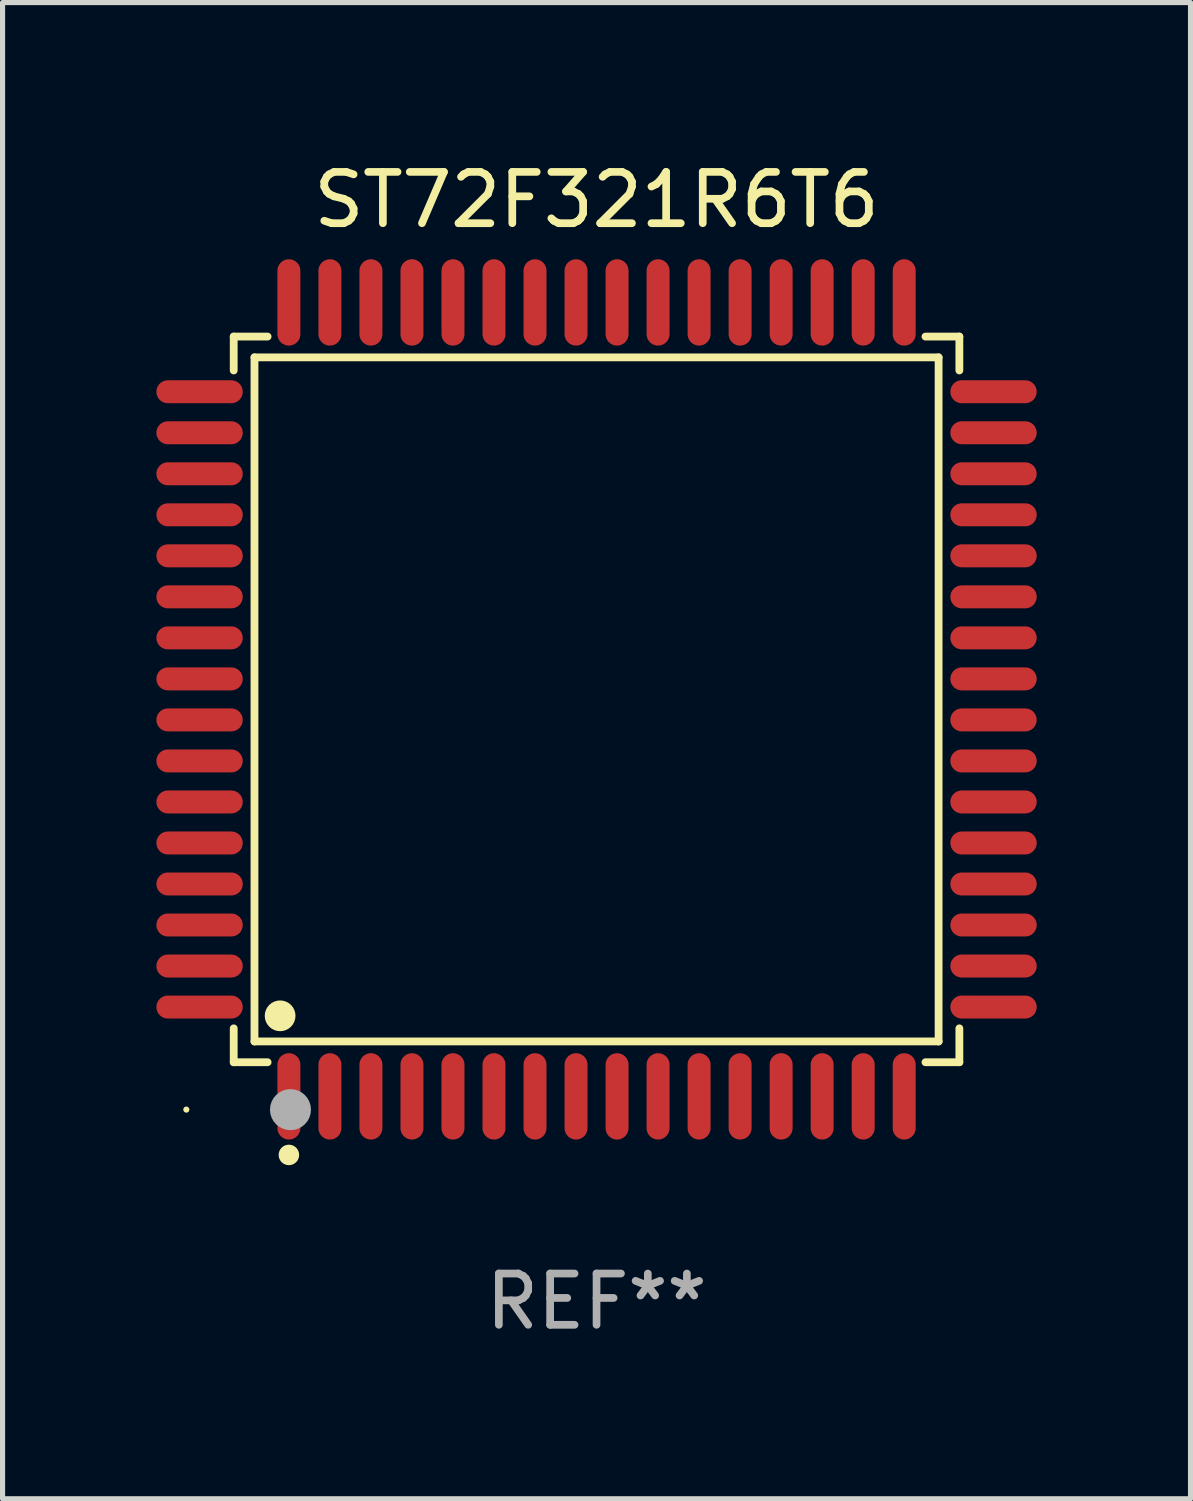
<source format=kicad_pcb>
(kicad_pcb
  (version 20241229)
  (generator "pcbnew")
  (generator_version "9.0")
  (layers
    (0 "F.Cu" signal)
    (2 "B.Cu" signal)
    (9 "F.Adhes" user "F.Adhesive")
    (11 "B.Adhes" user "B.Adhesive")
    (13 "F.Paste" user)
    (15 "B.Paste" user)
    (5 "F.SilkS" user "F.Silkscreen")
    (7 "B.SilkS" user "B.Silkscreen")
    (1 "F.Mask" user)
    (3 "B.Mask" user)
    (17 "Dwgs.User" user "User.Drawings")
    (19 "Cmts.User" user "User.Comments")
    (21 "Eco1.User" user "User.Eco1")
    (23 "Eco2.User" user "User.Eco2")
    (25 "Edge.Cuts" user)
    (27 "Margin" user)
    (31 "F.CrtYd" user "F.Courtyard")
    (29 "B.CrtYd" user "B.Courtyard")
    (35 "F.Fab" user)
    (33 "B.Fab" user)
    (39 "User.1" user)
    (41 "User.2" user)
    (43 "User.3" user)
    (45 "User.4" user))
  (footprint "ST72F321R6T6"
    (layer "F.Cu")
    (at 8.584 10.59)
    (property "Reference" "ST72F321R6T6" (at 0 -9.742 0) (layer "F.SilkS") (effects (font (size 1 1) (thickness 0.15))))
    (attr through_hole)
    (fp_line (start -7.076 -7.076) (end -6.415 -7.076) (stroke (width 0.152) (type solid)) (layer "F.SilkS"))
    (fp_line (start -7.076 -6.415) (end -7.076 -7.076) (stroke (width 0.152) (type solid)) (layer "F.SilkS"))
    (fp_line (start -7.076 6.415) (end -7.076 7.076) (stroke (width 0.152) (type solid)) (layer "F.SilkS"))
    (fp_line (start -7.076 7.076) (end -6.415 7.076) (stroke (width 0.152) (type solid)) (layer "F.SilkS"))
    (fp_line (start -6.671 -6.671) (end 6.671 -6.671) (stroke (width 0.152) (type solid)) (layer "F.SilkS"))
    (fp_line (start -6.671 6.671) (end -6.671 -6.671) (stroke (width 0.152) (type solid)) (layer "F.SilkS"))
    (fp_line (start 6.671 -6.671) (end 6.671 6.671) (stroke (width 0.152) (type solid)) (layer "F.SilkS"))
    (fp_line (start 6.671 6.671) (end -6.671 6.671) (stroke (width 0.152) (type solid)) (layer "F.SilkS"))
    (fp_line (start 7.076 -7.076) (end 6.415 -7.076) (stroke (width 0.152) (type solid)) (layer "F.SilkS"))
    (fp_line (start 7.076 -6.415) (end 7.076 -7.076) (stroke (width 0.152) (type solid)) (layer "F.SilkS"))
    (fp_line (start 7.076 6.415) (end 7.076 7.076) (stroke (width 0.152) (type solid)) (layer "F.SilkS"))
    (fp_line (start 7.076 7.076) (end 6.415 7.076) (stroke (width 0.152) (type solid)) (layer "F.SilkS"))
    (fp_circle (center -8 8) (end -7.97 8) (stroke (width 0.06) (type solid)) (fill no) (layer "F.SilkS"))
    (fp_circle (center -6.171 6.171) (end -6.021 6.171) (stroke (width 0.3) (type solid)) (fill no) (layer "F.SilkS"))
    (fp_circle (center -6 8.884) (end -5.9 8.884) (stroke (width 0.2) (type solid)) (fill no) (layer "F.SilkS"))
    (fp_circle (center -5.969 8.001) (end -5.769 8.001) (stroke (width 0.4) (type solid)) (fill no) (layer "F.Fab"))
    (fp_text user "REF**" (at 0 11.742 0) (layer "F.Fab") (effects (font (size 1 1) (thickness 0.15))))
    (pad "1" smd oval (at -6 7.742) (size 0.448 1.684) (layers "F.Cu" "F.Mask" "F.Paste"))
    (pad "2" smd oval (at -5.2 7.742) (size 0.448 1.684) (layers "F.Cu" "F.Mask" "F.Paste"))
    (pad "3" smd oval (at -4.4 7.742) (size 0.448 1.684) (layers "F.Cu" "F.Mask" "F.Paste"))
    (pad "4" smd oval (at -3.6 7.742) (size 0.448 1.684) (layers "F.Cu" "F.Mask" "F.Paste"))
    (pad "5" smd oval (at -2.8 7.742) (size 0.448 1.684) (layers "F.Cu" "F.Mask" "F.Paste"))
    (pad "6" smd oval (at -2 7.742) (size 0.448 1.684) (layers "F.Cu" "F.Mask" "F.Paste"))
    (pad "7" smd oval (at -1.2 7.742) (size 0.448 1.684) (layers "F.Cu" "F.Mask" "F.Paste"))
    (pad "8" smd oval (at -0.4 7.742) (size 0.448 1.684) (layers "F.Cu" "F.Mask" "F.Paste"))
    (pad "9" smd oval (at 0.4 7.742) (size 0.448 1.684) (layers "F.Cu" "F.Mask" "F.Paste"))
    (pad "10" smd oval (at 1.2 7.742) (size 0.448 1.684) (layers "F.Cu" "F.Mask" "F.Paste"))
    (pad "11" smd oval (at 2 7.742) (size 0.448 1.684) (layers "F.Cu" "F.Mask" "F.Paste"))
    (pad "12" smd oval (at 2.8 7.742) (size 0.448 1.684) (layers "F.Cu" "F.Mask" "F.Paste"))
    (pad "13" smd oval (at 3.6 7.742) (size 0.448 1.684) (layers "F.Cu" "F.Mask" "F.Paste"))
    (pad "14" smd oval (at 4.4 7.742) (size 0.448 1.684) (layers "F.Cu" "F.Mask" "F.Paste"))
    (pad "15" smd oval (at 5.2 7.742) (size 0.448 1.684) (layers "F.Cu" "F.Mask" "F.Paste"))
    (pad "16" smd oval (at 6 7.742) (size 0.448 1.684) (layers "F.Cu" "F.Mask" "F.Paste"))
    (pad "17" smd oval (at 7.742 6) (size 1.684 0.448) (layers "F.Cu" "F.Mask" "F.Paste"))
    (pad "18" smd oval (at 7.742 5.2) (size 1.684 0.448) (layers "F.Cu" "F.Mask" "F.Paste"))
    (pad "19" smd oval (at 7.742 4.4) (size 1.684 0.448) (layers "F.Cu" "F.Mask" "F.Paste"))
    (pad "20" smd oval (at 7.742 3.6) (size 1.684 0.448) (layers "F.Cu" "F.Mask" "F.Paste"))
    (pad "21" smd oval (at 7.742 2.8) (size 1.684 0.448) (layers "F.Cu" "F.Mask" "F.Paste"))
    (pad "22" smd oval (at 7.742 2) (size 1.684 0.448) (layers "F.Cu" "F.Mask" "F.Paste"))
    (pad "23" smd oval (at 7.742 1.2) (size 1.684 0.448) (layers "F.Cu" "F.Mask" "F.Paste"))
    (pad "24" smd oval (at 7.742 0.4) (size 1.684 0.448) (layers "F.Cu" "F.Mask" "F.Paste"))
    (pad "25" smd oval (at 7.742 -0.4) (size 1.684 0.448) (layers "F.Cu" "F.Mask" "F.Paste"))
    (pad "26" smd oval (at 7.742 -1.2) (size 1.684 0.448) (layers "F.Cu" "F.Mask" "F.Paste"))
    (pad "27" smd oval (at 7.742 -2) (size 1.684 0.448) (layers "F.Cu" "F.Mask" "F.Paste"))
    (pad "28" smd oval (at 7.742 -2.8) (size 1.684 0.448) (layers "F.Cu" "F.Mask" "F.Paste"))
    (pad "29" smd oval (at 7.742 -3.6) (size 1.684 0.448) (layers "F.Cu" "F.Mask" "F.Paste"))
    (pad "30" smd oval (at 7.742 -4.4) (size 1.684 0.448) (layers "F.Cu" "F.Mask" "F.Paste"))
    (pad "31" smd oval (at 7.742 -5.2) (size 1.684 0.448) (layers "F.Cu" "F.Mask" "F.Paste"))
    (pad "32" smd oval (at 7.742 -6) (size 1.684 0.448) (layers "F.Cu" "F.Mask" "F.Paste"))
    (pad "33" smd oval (at 6 -7.742) (size 0.448 1.684) (layers "F.Cu" "F.Mask" "F.Paste"))
    (pad "34" smd oval (at 5.2 -7.742) (size 0.448 1.684) (layers "F.Cu" "F.Mask" "F.Paste"))
    (pad "35" smd oval (at 4.4 -7.742) (size 0.448 1.684) (layers "F.Cu" "F.Mask" "F.Paste"))
    (pad "36" smd oval (at 3.6 -7.742) (size 0.448 1.684) (layers "F.Cu" "F.Mask" "F.Paste"))
    (pad "37" smd oval (at 2.8 -7.742) (size 0.448 1.684) (layers "F.Cu" "F.Mask" "F.Paste"))
    (pad "38" smd oval (at 2 -7.742) (size 0.448 1.684) (layers "F.Cu" "F.Mask" "F.Paste"))
    (pad "39" smd oval (at 1.2 -7.742) (size 0.448 1.684) (layers "F.Cu" "F.Mask" "F.Paste"))
    (pad "40" smd oval (at 0.4 -7.742) (size 0.448 1.684) (layers "F.Cu" "F.Mask" "F.Paste"))
    (pad "41" smd oval (at -0.4 -7.742) (size 0.448 1.684) (layers "F.Cu" "F.Mask" "F.Paste"))
    (pad "42" smd oval (at -1.2 -7.742) (size 0.448 1.684) (layers "F.Cu" "F.Mask" "F.Paste"))
    (pad "43" smd oval (at -2 -7.742) (size 0.448 1.684) (layers "F.Cu" "F.Mask" "F.Paste"))
    (pad "44" smd oval (at -2.8 -7.742) (size 0.448 1.684) (layers "F.Cu" "F.Mask" "F.Paste"))
    (pad "45" smd oval (at -3.6 -7.742) (size 0.448 1.684) (layers "F.Cu" "F.Mask" "F.Paste"))
    (pad "46" smd oval (at -4.4 -7.742) (size 0.448 1.684) (layers "F.Cu" "F.Mask" "F.Paste"))
    (pad "47" smd oval (at -5.2 -7.742) (size 0.448 1.684) (layers "F.Cu" "F.Mask" "F.Paste"))
    (pad "48" smd oval (at -6 -7.742) (size 0.448 1.684) (layers "F.Cu" "F.Mask" "F.Paste"))
    (pad "49" smd oval (at -7.742 -6) (size 1.684 0.448) (layers "F.Cu" "F.Mask" "F.Paste"))
    (pad "50" smd oval (at -7.742 -5.2) (size 1.684 0.448) (layers "F.Cu" "F.Mask" "F.Paste"))
    (pad "51" smd oval (at -7.742 -4.4) (size 1.684 0.448) (layers "F.Cu" "F.Mask" "F.Paste"))
    (pad "52" smd oval (at -7.742 -3.6) (size 1.684 0.448) (layers "F.Cu" "F.Mask" "F.Paste"))
    (pad "53" smd oval (at -7.742 -2.8) (size 1.684 0.448) (layers "F.Cu" "F.Mask" "F.Paste"))
    (pad "54" smd oval (at -7.742 -2) (size 1.684 0.448) (layers "F.Cu" "F.Mask" "F.Paste"))
    (pad "55" smd oval (at -7.742 -1.2) (size 1.684 0.448) (layers "F.Cu" "F.Mask" "F.Paste"))
    (pad "56" smd oval (at -7.742 -0.4) (size 1.684 0.448) (layers "F.Cu" "F.Mask" "F.Paste"))
    (pad "57" smd oval (at -7.742 0.4) (size 1.684 0.448) (layers "F.Cu" "F.Mask" "F.Paste"))
    (pad "58" smd oval (at -7.742 1.2) (size 1.684 0.448) (layers "F.Cu" "F.Mask" "F.Paste"))
    (pad "59" smd oval (at -7.742 2) (size 1.684 0.448) (layers "F.Cu" "F.Mask" "F.Paste"))
    (pad "60" smd oval (at -7.742 2.8) (size 1.684 0.448) (layers "F.Cu" "F.Mask" "F.Paste"))
    (pad "61" smd oval (at -7.742 3.6) (size 1.684 0.448) (layers "F.Cu" "F.Mask" "F.Paste"))
    (pad "62" smd oval (at -7.742 4.4) (size 1.684 0.448) (layers "F.Cu" "F.Mask" "F.Paste"))
    (pad "63" smd oval (at -7.742 5.2) (size 1.684 0.448) (layers "F.Cu" "F.Mask" "F.Paste"))
    (pad "64" smd oval (at -7.742 6) (size 1.684 0.448) (layers "F.Cu" "F.Mask" "F.Paste")))
  (gr_rect
    (start -3 -3)
    (end 20.168 26.18)
    (stroke (width 0.1) (type default))
    (fill no)
    (layer "Edge.Cuts")))
</source>
